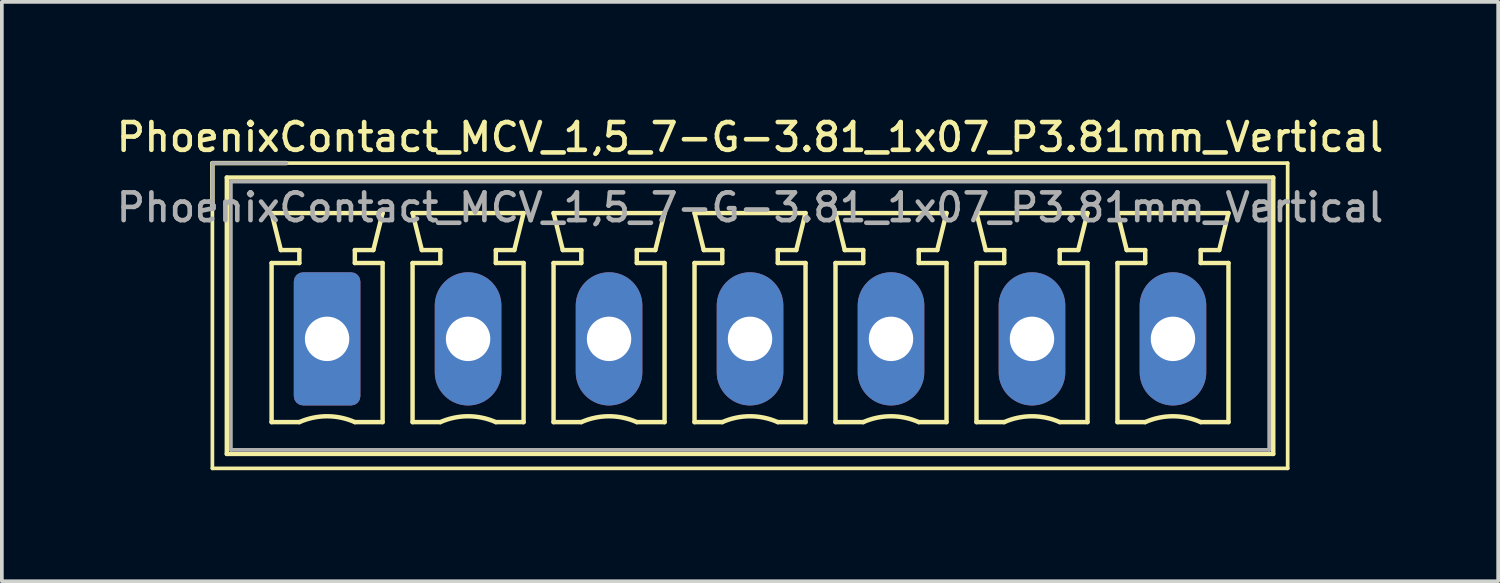
<source format=kicad_pcb>
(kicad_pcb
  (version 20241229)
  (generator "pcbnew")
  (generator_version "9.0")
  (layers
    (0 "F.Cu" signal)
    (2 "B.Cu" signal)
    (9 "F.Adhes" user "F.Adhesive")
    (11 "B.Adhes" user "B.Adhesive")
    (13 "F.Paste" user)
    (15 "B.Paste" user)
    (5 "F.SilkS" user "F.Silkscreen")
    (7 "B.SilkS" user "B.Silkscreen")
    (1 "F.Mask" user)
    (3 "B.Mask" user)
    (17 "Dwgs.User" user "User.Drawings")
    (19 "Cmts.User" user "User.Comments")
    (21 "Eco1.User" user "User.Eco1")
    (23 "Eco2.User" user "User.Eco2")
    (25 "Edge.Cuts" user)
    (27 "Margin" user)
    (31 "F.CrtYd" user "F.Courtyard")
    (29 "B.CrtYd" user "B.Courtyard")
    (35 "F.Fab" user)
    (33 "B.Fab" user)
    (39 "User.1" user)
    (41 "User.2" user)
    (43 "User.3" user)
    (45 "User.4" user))
  (footprint "PhoenixContact_MCV_1,5_7-G-3.81_1x07_P3.81mm_Vertical"
    (layer "F.Cu")
    (at 5.79 6.108)
    (property "Reference" "PhoenixContact_MCV_1,5_7-G-3.81_1x07_P3.81mm_Vertical" (at 11.43 -5.45 0) (layer "F.SilkS") (effects (font (size 0.75 0.75) (thickness 0.125))))
    (attr through_hole)
    (fp_line (start -3.1 -4.75) (end -3.1 3.5) (stroke (width 0.1) (type solid)) (layer "F.SilkS"))
    (fp_line (start -3.1 -4.75) (end -1.1 -4.75) (stroke (width 0.12) (type solid)) (layer "F.SilkS"))
    (fp_line (start -3.1 -3.5) (end -3.1 -4.75) (stroke (width 0.12) (type solid)) (layer "F.SilkS"))
    (fp_line (start -3.1 3.5) (end 25.96 3.5) (stroke (width 0.1) (type solid)) (layer "F.SilkS"))
    (fp_line (start -2.71 -4.36) (end -2.71 3.11) (stroke (width 0.12) (type solid)) (layer "F.SilkS"))
    (fp_line (start -2.71 3.11) (end 25.57 3.11) (stroke (width 0.12) (type solid)) (layer "F.SilkS"))
    (fp_line (start -1.5 -3.4) (end 1.5 -3.4) (stroke (width 0.12) (type solid)) (layer "F.SilkS"))
    (fp_line (start -1.5 -2.05) (end -0.75 -2.05) (stroke (width 0.12) (type solid)) (layer "F.SilkS"))
    (fp_line (start -1.5 2.25) (end -1.5 -2.05) (stroke (width 0.12) (type solid)) (layer "F.SilkS"))
    (fp_line (start -1.25 -2.4) (end -1.5 -3.4) (stroke (width 0.12) (type solid)) (layer "F.SilkS"))
    (fp_line (start -0.75 -2.4) (end -1.25 -2.4) (stroke (width 0.12) (type solid)) (layer "F.SilkS"))
    (fp_line (start -0.75 -2.05) (end -0.75 -2.4) (stroke (width 0.12) (type solid)) (layer "F.SilkS"))
    (fp_line (start -0.75 2.25) (end -1.5 2.25) (stroke (width 0.12) (type solid)) (layer "F.SilkS"))
    (fp_line (start 0.75 -2.4) (end 0.75 -2.05) (stroke (width 0.12) (type solid)) (layer "F.SilkS"))
    (fp_line (start 0.75 -2.05) (end 1.5 -2.05) (stroke (width 0.12) (type solid)) (layer "F.SilkS"))
    (fp_line (start 1.25 -2.4) (end 0.75 -2.4) (stroke (width 0.12) (type solid)) (layer "F.SilkS"))
    (fp_line (start 1.5 -3.4) (end 1.25 -2.4) (stroke (width 0.12) (type solid)) (layer "F.SilkS"))
    (fp_line (start 1.5 -2.05) (end 1.5 2.25) (stroke (width 0.12) (type solid)) (layer "F.SilkS"))
    (fp_line (start 1.5 2.25) (end 0.75 2.25) (stroke (width 0.12) (type solid)) (layer "F.SilkS"))
    (fp_line (start 2.31 -3.4) (end 5.31 -3.4) (stroke (width 0.12) (type solid)) (layer "F.SilkS"))
    (fp_line (start 2.31 -2.05) (end 3.06 -2.05) (stroke (width 0.12) (type solid)) (layer "F.SilkS"))
    (fp_line (start 2.31 2.25) (end 2.31 -2.05) (stroke (width 0.12) (type solid)) (layer "F.SilkS"))
    (fp_line (start 2.56 -2.4) (end 2.31 -3.4) (stroke (width 0.12) (type solid)) (layer "F.SilkS"))
    (fp_line (start 3.06 -2.4) (end 2.56 -2.4) (stroke (width 0.12) (type solid)) (layer "F.SilkS"))
    (fp_line (start 3.06 -2.05) (end 3.06 -2.4) (stroke (width 0.12) (type solid)) (layer "F.SilkS"))
    (fp_line (start 3.06 2.25) (end 2.31 2.25) (stroke (width 0.12) (type solid)) (layer "F.SilkS"))
    (fp_line (start 4.56 -2.4) (end 4.56 -2.05) (stroke (width 0.12) (type solid)) (layer "F.SilkS"))
    (fp_line (start 4.56 -2.05) (end 5.31 -2.05) (stroke (width 0.12) (type solid)) (layer "F.SilkS"))
    (fp_line (start 5.06 -2.4) (end 4.56 -2.4) (stroke (width 0.12) (type solid)) (layer "F.SilkS"))
    (fp_line (start 5.31 -3.4) (end 5.06 -2.4) (stroke (width 0.12) (type solid)) (layer "F.SilkS"))
    (fp_line (start 5.31 -2.05) (end 5.31 2.25) (stroke (width 0.12) (type solid)) (layer "F.SilkS"))
    (fp_line (start 5.31 2.25) (end 4.56 2.25) (stroke (width 0.12) (type solid)) (layer "F.SilkS"))
    (fp_line (start 6.12 -3.4) (end 9.12 -3.4) (stroke (width 0.12) (type solid)) (layer "F.SilkS"))
    (fp_line (start 6.12 -2.05) (end 6.87 -2.05) (stroke (width 0.12) (type solid)) (layer "F.SilkS"))
    (fp_line (start 6.12 2.25) (end 6.12 -2.05) (stroke (width 0.12) (type solid)) (layer "F.SilkS"))
    (fp_line (start 6.37 -2.4) (end 6.12 -3.4) (stroke (width 0.12) (type solid)) (layer "F.SilkS"))
    (fp_line (start 6.87 -2.4) (end 6.37 -2.4) (stroke (width 0.12) (type solid)) (layer "F.SilkS"))
    (fp_line (start 6.87 -2.05) (end 6.87 -2.4) (stroke (width 0.12) (type solid)) (layer "F.SilkS"))
    (fp_line (start 6.87 2.25) (end 6.12 2.25) (stroke (width 0.12) (type solid)) (layer "F.SilkS"))
    (fp_line (start 8.37 -2.4) (end 8.37 -2.05) (stroke (width 0.12) (type solid)) (layer "F.SilkS"))
    (fp_line (start 8.37 -2.05) (end 9.12 -2.05) (stroke (width 0.12) (type solid)) (layer "F.SilkS"))
    (fp_line (start 8.87 -2.4) (end 8.37 -2.4) (stroke (width 0.12) (type solid)) (layer "F.SilkS"))
    (fp_line (start 9.12 -3.4) (end 8.87 -2.4) (stroke (width 0.12) (type solid)) (layer "F.SilkS"))
    (fp_line (start 9.12 -2.05) (end 9.12 2.25) (stroke (width 0.12) (type solid)) (layer "F.SilkS"))
    (fp_line (start 9.12 2.25) (end 8.37 2.25) (stroke (width 0.12) (type solid)) (layer "F.SilkS"))
    (fp_line (start 9.93 -3.4) (end 12.93 -3.4) (stroke (width 0.12) (type solid)) (layer "F.SilkS"))
    (fp_line (start 9.93 -2.05) (end 10.68 -2.05) (stroke (width 0.12) (type solid)) (layer "F.SilkS"))
    (fp_line (start 9.93 2.25) (end 9.93 -2.05) (stroke (width 0.12) (type solid)) (layer "F.SilkS"))
    (fp_line (start 10.18 -2.4) (end 9.93 -3.4) (stroke (width 0.12) (type solid)) (layer "F.SilkS"))
    (fp_line (start 10.68 -2.4) (end 10.18 -2.4) (stroke (width 0.12) (type solid)) (layer "F.SilkS"))
    (fp_line (start 10.68 -2.05) (end 10.68 -2.4) (stroke (width 0.12) (type solid)) (layer "F.SilkS"))
    (fp_line (start 10.68 2.25) (end 9.93 2.25) (stroke (width 0.12) (type solid)) (layer "F.SilkS"))
    (fp_line (start 12.18 -2.4) (end 12.18 -2.05) (stroke (width 0.12) (type solid)) (layer "F.SilkS"))
    (fp_line (start 12.18 -2.05) (end 12.93 -2.05) (stroke (width 0.12) (type solid)) (layer "F.SilkS"))
    (fp_line (start 12.68 -2.4) (end 12.18 -2.4) (stroke (width 0.12) (type solid)) (layer "F.SilkS"))
    (fp_line (start 12.93 -3.4) (end 12.68 -2.4) (stroke (width 0.12) (type solid)) (layer "F.SilkS"))
    (fp_line (start 12.93 -2.05) (end 12.93 2.25) (stroke (width 0.12) (type solid)) (layer "F.SilkS"))
    (fp_line (start 12.93 2.25) (end 12.18 2.25) (stroke (width 0.12) (type solid)) (layer "F.SilkS"))
    (fp_line (start 13.74 -3.4) (end 16.74 -3.4) (stroke (width 0.12) (type solid)) (layer "F.SilkS"))
    (fp_line (start 13.74 -2.05) (end 14.49 -2.05) (stroke (width 0.12) (type solid)) (layer "F.SilkS"))
    (fp_line (start 13.74 2.25) (end 13.74 -2.05) (stroke (width 0.12) (type solid)) (layer "F.SilkS"))
    (fp_line (start 13.99 -2.4) (end 13.74 -3.4) (stroke (width 0.12) (type solid)) (layer "F.SilkS"))
    (fp_line (start 14.49 -2.4) (end 13.99 -2.4) (stroke (width 0.12) (type solid)) (layer "F.SilkS"))
    (fp_line (start 14.49 -2.05) (end 14.49 -2.4) (stroke (width 0.12) (type solid)) (layer "F.SilkS"))
    (fp_line (start 14.49 2.25) (end 13.74 2.25) (stroke (width 0.12) (type solid)) (layer "F.SilkS"))
    (fp_line (start 15.99 -2.4) (end 15.99 -2.05) (stroke (width 0.12) (type solid)) (layer "F.SilkS"))
    (fp_line (start 15.99 -2.05) (end 16.74 -2.05) (stroke (width 0.12) (type solid)) (layer "F.SilkS"))
    (fp_line (start 16.49 -2.4) (end 15.99 -2.4) (stroke (width 0.12) (type solid)) (layer "F.SilkS"))
    (fp_line (start 16.74 -3.4) (end 16.49 -2.4) (stroke (width 0.12) (type solid)) (layer "F.SilkS"))
    (fp_line (start 16.74 -2.05) (end 16.74 2.25) (stroke (width 0.12) (type solid)) (layer "F.SilkS"))
    (fp_line (start 16.74 2.25) (end 15.99 2.25) (stroke (width 0.12) (type solid)) (layer "F.SilkS"))
    (fp_line (start 17.55 -3.4) (end 20.55 -3.4) (stroke (width 0.12) (type solid)) (layer "F.SilkS"))
    (fp_line (start 17.55 -2.05) (end 18.3 -2.05) (stroke (width 0.12) (type solid)) (layer "F.SilkS"))
    (fp_line (start 17.55 2.25) (end 17.55 -2.05) (stroke (width 0.12) (type solid)) (layer "F.SilkS"))
    (fp_line (start 17.8 -2.4) (end 17.55 -3.4) (stroke (width 0.12) (type solid)) (layer "F.SilkS"))
    (fp_line (start 18.3 -2.4) (end 17.8 -2.4) (stroke (width 0.12) (type solid)) (layer "F.SilkS"))
    (fp_line (start 18.3 -2.05) (end 18.3 -2.4) (stroke (width 0.12) (type solid)) (layer "F.SilkS"))
    (fp_line (start 18.3 2.25) (end 17.55 2.25) (stroke (width 0.12) (type solid)) (layer "F.SilkS"))
    (fp_line (start 19.8 -2.4) (end 19.8 -2.05) (stroke (width 0.12) (type solid)) (layer "F.SilkS"))
    (fp_line (start 19.8 -2.05) (end 20.55 -2.05) (stroke (width 0.12) (type solid)) (layer "F.SilkS"))
    (fp_line (start 20.3 -2.4) (end 19.8 -2.4) (stroke (width 0.12) (type solid)) (layer "F.SilkS"))
    (fp_line (start 20.55 -3.4) (end 20.3 -2.4) (stroke (width 0.12) (type solid)) (layer "F.SilkS"))
    (fp_line (start 20.55 -2.05) (end 20.55 2.25) (stroke (width 0.12) (type solid)) (layer "F.SilkS"))
    (fp_line (start 20.55 2.25) (end 19.8 2.25) (stroke (width 0.12) (type solid)) (layer "F.SilkS"))
    (fp_line (start 21.36 -3.4) (end 24.36 -3.4) (stroke (width 0.12) (type solid)) (layer "F.SilkS"))
    (fp_line (start 21.36 -2.05) (end 22.11 -2.05) (stroke (width 0.12) (type solid)) (layer "F.SilkS"))
    (fp_line (start 21.36 2.25) (end 21.36 -2.05) (stroke (width 0.12) (type solid)) (layer "F.SilkS"))
    (fp_line (start 21.61 -2.4) (end 21.36 -3.4) (stroke (width 0.12) (type solid)) (layer "F.SilkS"))
    (fp_line (start 22.11 -2.4) (end 21.61 -2.4) (stroke (width 0.12) (type solid)) (layer "F.SilkS"))
    (fp_line (start 22.11 -2.05) (end 22.11 -2.4) (stroke (width 0.12) (type solid)) (layer "F.SilkS"))
    (fp_line (start 22.11 2.25) (end 21.36 2.25) (stroke (width 0.12) (type solid)) (layer "F.SilkS"))
    (fp_line (start 23.61 -2.4) (end 23.61 -2.05) (stroke (width 0.12) (type solid)) (layer "F.SilkS"))
    (fp_line (start 23.61 -2.05) (end 24.36 -2.05) (stroke (width 0.12) (type solid)) (layer "F.SilkS"))
    (fp_line (start 24.11 -2.4) (end 23.61 -2.4) (stroke (width 0.12) (type solid)) (layer "F.SilkS"))
    (fp_line (start 24.36 -3.4) (end 24.11 -2.4) (stroke (width 0.12) (type solid)) (layer "F.SilkS"))
    (fp_line (start 24.36 -2.05) (end 24.36 2.25) (stroke (width 0.12) (type solid)) (layer "F.SilkS"))
    (fp_line (start 24.36 2.25) (end 23.61 2.25) (stroke (width 0.12) (type solid)) (layer "F.SilkS"))
    (fp_line (start 25.57 -4.36) (end -2.71 -4.36) (stroke (width 0.12) (type solid)) (layer "F.SilkS"))
    (fp_line (start 25.57 3.11) (end 25.57 -4.36) (stroke (width 0.12) (type solid)) (layer "F.SilkS"))
    (fp_line (start 25.96 -4.75) (end -3.1 -4.75) (stroke (width 0.1) (type solid)) (layer "F.SilkS"))
    (fp_line (start 25.96 3.5) (end 25.96 -4.75) (stroke (width 0.1) (type solid)) (layer "F.SilkS"))
    (fp_arc (start -0.75 2.25) (mid -0.000193 2.09191) (end 0.749647 2.249844) (stroke (width 0.12) (type solid)) (layer "F.SilkS"))
    (fp_arc (start 3.06 2.25) (mid 3.809807 2.09191) (end 4.559647 2.249844) (stroke (width 0.12) (type solid)) (layer "F.SilkS"))
    (fp_arc (start 6.87 2.25) (mid 7.619807 2.09191) (end 8.369647 2.249844) (stroke (width 0.12) (type solid)) (layer "F.SilkS"))
    (fp_arc (start 10.68 2.25) (mid 11.429807 2.09191) (end 12.179647 2.249844) (stroke (width 0.12) (type solid)) (layer "F.SilkS"))
    (fp_arc (start 14.49 2.25) (mid 15.239807 2.09191) (end 15.989647 2.249844) (stroke (width 0.12) (type solid)) (layer "F.SilkS"))
    (fp_arc (start 18.3 2.25) (mid 19.049807 2.09191) (end 19.799647 2.249844) (stroke (width 0.12) (type solid)) (layer "F.SilkS"))
    (fp_arc (start 22.11 2.25) (mid 22.859807 2.09191) (end 23.609647 2.249844) (stroke (width 0.12) (type solid)) (layer "F.SilkS"))
    (fp_line (start -3.1 -4.75) (end -1.1 -4.75) (stroke (width 0.1) (type solid)) (layer "F.Fab"))
    (fp_line (start -3.1 -3.5) (end -3.1 -4.75) (stroke (width 0.1) (type solid)) (layer "F.Fab"))
    (fp_line (start -2.6 -4.25) (end -2.6 3) (stroke (width 0.1) (type solid)) (layer "F.Fab"))
    (fp_line (start -2.6 3) (end 25.46 3) (stroke (width 0.1) (type solid)) (layer "F.Fab"))
    (fp_line (start 25.46 -4.25) (end -2.6 -4.25) (stroke (width 0.1) (type solid)) (layer "F.Fab"))
    (fp_line (start 25.46 3) (end 25.46 -4.25) (stroke (width 0.1) (type solid)) (layer "F.Fab"))
    (fp_text user "${REFERENCE}" (at 11.43 -3.55 0) (layer "F.Fab") (effects (font (size 0.75 0.75) (thickness 0.125))))
    (pad "1" thru_hole roundrect (at 0 0) (size 1.8 3.6) (drill 1.2) (layers "*.Cu" "*.Mask") (roundrect_rratio 0.139))
    (pad "2" thru_hole oval (at 3.81 0) (size 1.8 3.6) (drill 1.2) (layers "*.Cu" "*.Mask"))
    (pad "3" thru_hole oval (at 7.62 0) (size 1.8 3.6) (drill 1.2) (layers "*.Cu" "*.Mask"))
    (pad "4" thru_hole oval (at 11.43 0) (size 1.8 3.6) (drill 1.2) (layers "*.Cu" "*.Mask"))
    (pad "5" thru_hole oval (at 15.24 0) (size 1.8 3.6) (drill 1.2) (layers "*.Cu" "*.Mask"))
    (pad "6" thru_hole oval (at 19.05 0) (size 1.8 3.6) (drill 1.2) (layers "*.Cu" "*.Mask"))
    (pad "7" thru_hole oval (at 22.86 0) (size 1.8 3.6) (drill 1.2) (layers "*.Cu" "*.Mask")))
  (gr_rect
    (start -3 -3)
    (end 37.439 12.658)
    (stroke (width 0.1) (type default))
    (fill no)
    (layer "Edge.Cuts")))
</source>
